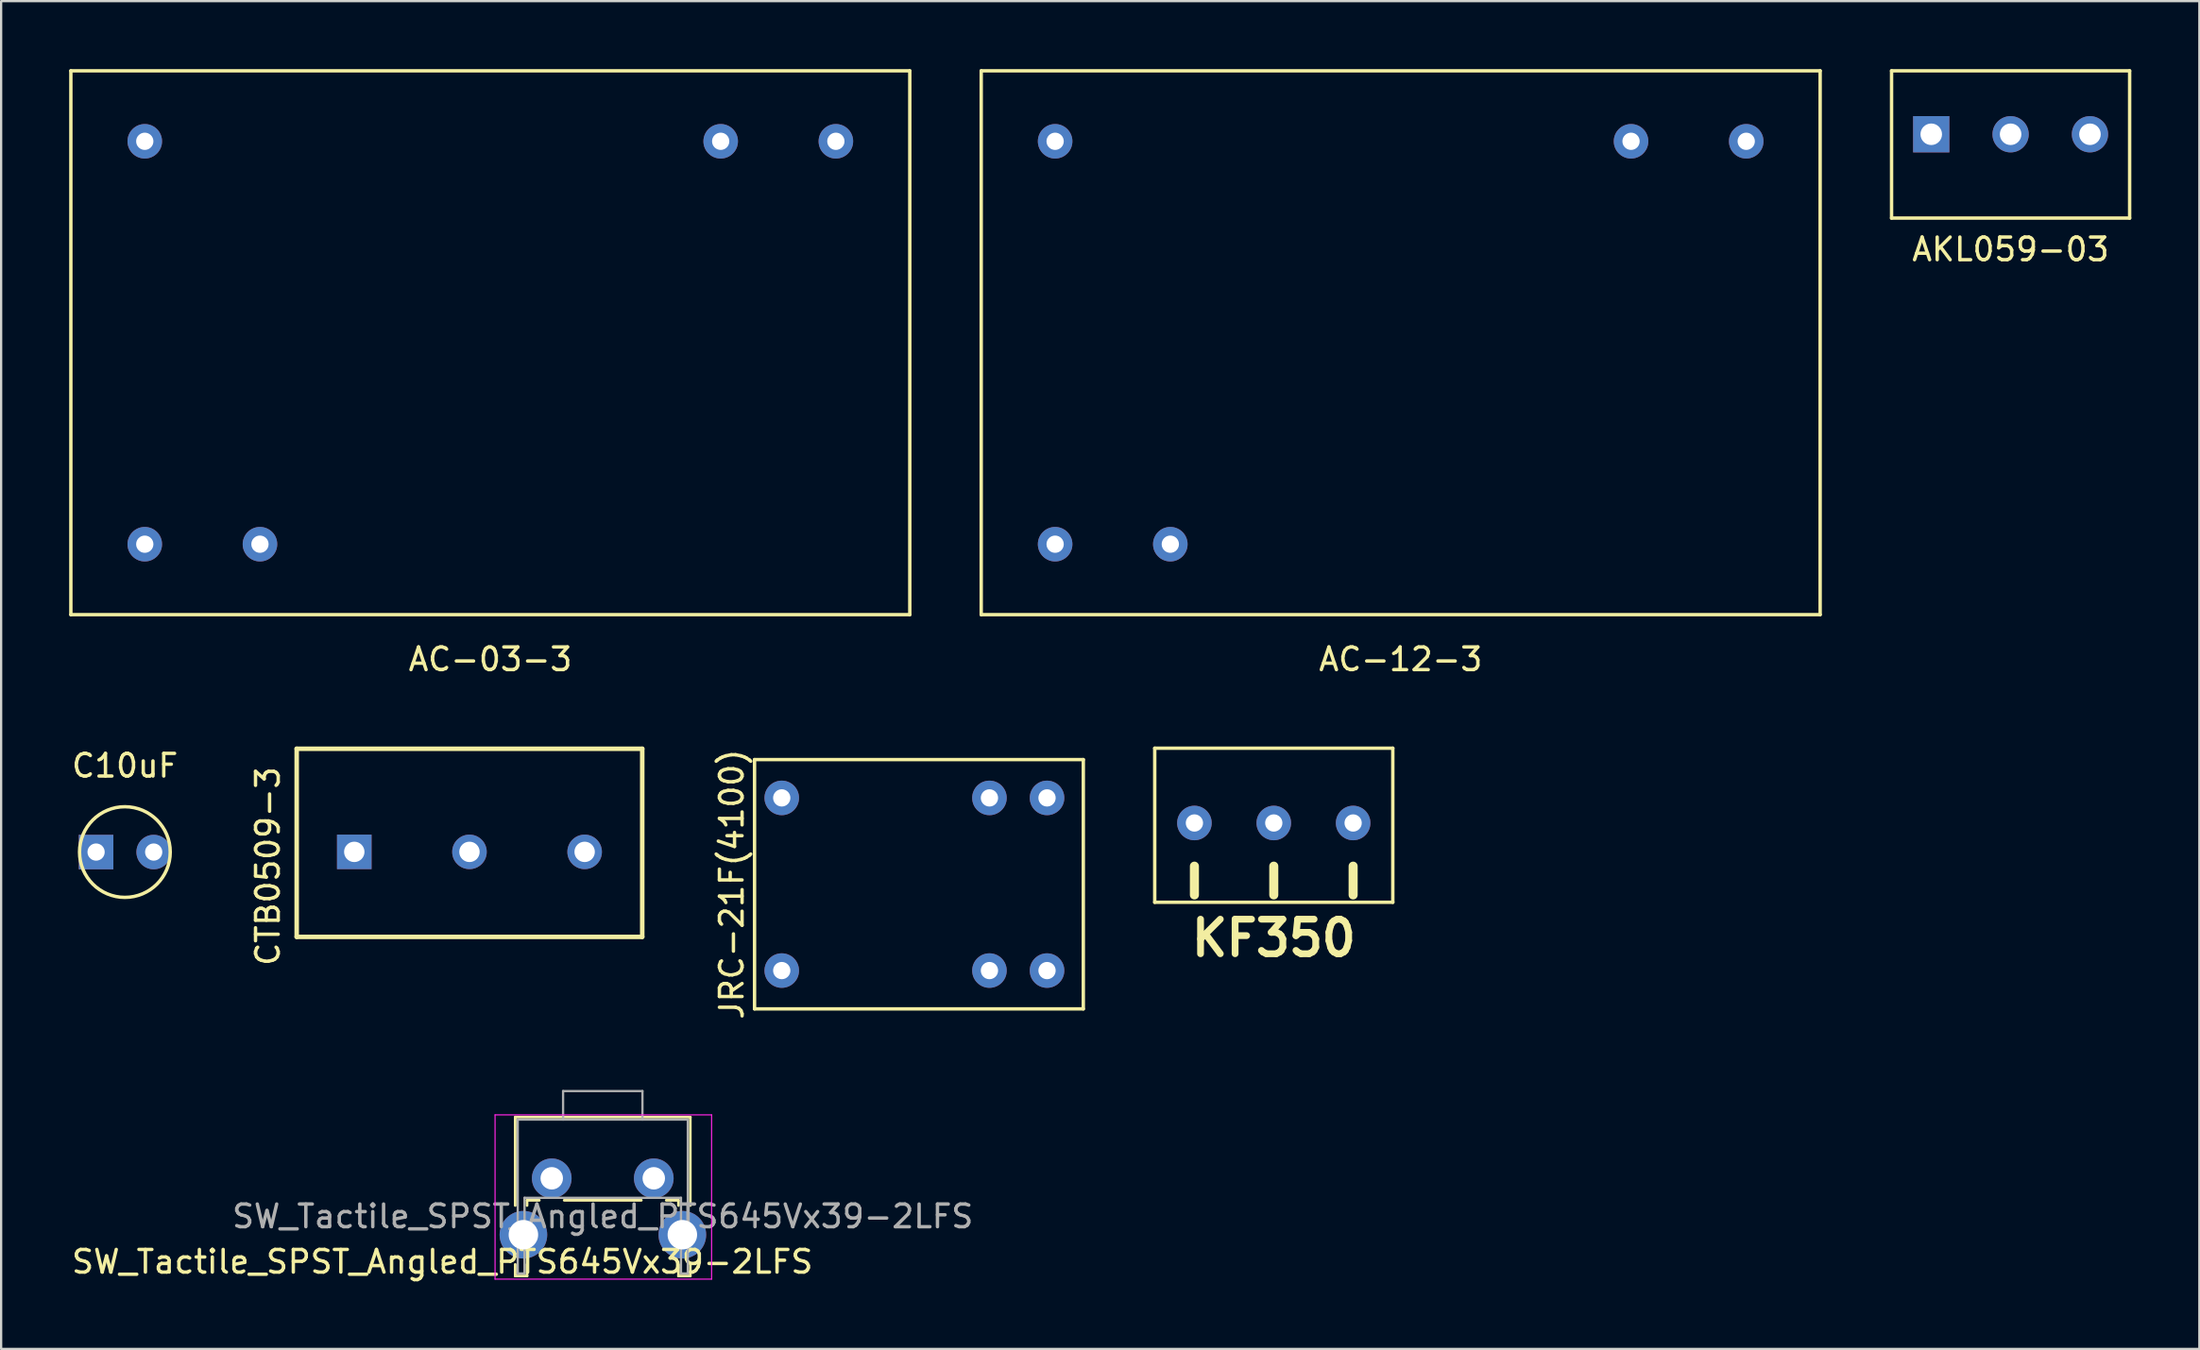
<source format=kicad_pcb>
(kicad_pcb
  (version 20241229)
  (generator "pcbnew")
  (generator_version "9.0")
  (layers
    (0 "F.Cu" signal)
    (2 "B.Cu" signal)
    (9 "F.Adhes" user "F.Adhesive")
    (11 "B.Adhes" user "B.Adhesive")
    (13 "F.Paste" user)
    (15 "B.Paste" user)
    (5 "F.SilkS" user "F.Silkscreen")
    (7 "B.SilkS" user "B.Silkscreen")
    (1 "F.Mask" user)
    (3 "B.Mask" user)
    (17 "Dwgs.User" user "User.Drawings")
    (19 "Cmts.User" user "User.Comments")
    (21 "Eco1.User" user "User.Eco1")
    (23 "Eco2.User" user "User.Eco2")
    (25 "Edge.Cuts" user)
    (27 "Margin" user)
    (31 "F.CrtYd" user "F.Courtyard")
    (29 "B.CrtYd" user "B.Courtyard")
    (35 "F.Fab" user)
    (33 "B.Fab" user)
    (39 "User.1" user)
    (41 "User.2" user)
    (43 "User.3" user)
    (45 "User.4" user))
  (footprint "C10uF"
    (layer "F.Cu")
    (at 2.458 34.551)
    (property "Reference" "C10uF" (at 0 -3.81 0) (layer "F.SilkS") (effects (font (size 1 1) (thickness 0.15))))
    (attr through_hole)
    (fp_circle (center 0 0) (end 2 0) (stroke (width 0.15) (type solid)) (fill no) (layer "F.SilkS"))
    (pad "1" thru_hole rect (at -1.27 0) (size 1.524 1.524) (drill 0.76) (layers "*.Cu" "*.Mask"))
    (pad "2" thru_hole circle (at 1.27 0) (size 1.524 1.524) (drill 0.76) (layers "*.Cu" "*.Mask")))
  (footprint "KF350"
    (layer "F.Cu")
    (at 53.128 33.268)
    (property "Reference" "KF350" (at 0 5.08 0) (layer "F.SilkS") (effects (font (size 1.524 1.524) (thickness 0.3))))
    (attr through_hole)
    (fp_line (start -5.25 3.5) (end -5.25 -3.3) (stroke (width 0.15) (type solid)) (layer "F.SilkS"))
    (fp_line (start -3.5 1.905) (end -3.5 3.175) (stroke (width 0.4) (type solid)) (layer "F.SilkS"))
    (fp_line (start 0 1.905) (end 0 3.175) (stroke (width 0.4) (type solid)) (layer "F.SilkS"))
    (fp_line (start 3.5 1.905) (end 3.5 3.175) (stroke (width 0.4) (type solid)) (layer "F.SilkS"))
    (fp_line (start 5.25 -3.3) (end -5.25 -3.3) (stroke (width 0.15) (type solid)) (layer "F.SilkS"))
    (fp_line (start 5.25 3.5) (end -5.25 3.5) (stroke (width 0.15) (type solid)) (layer "F.SilkS"))
    (fp_line (start 5.25 3.5) (end 5.25 -3.3) (stroke (width 0.15) (type solid)) (layer "F.SilkS"))
    (pad "1" thru_hole circle (at -3.5 0) (size 1.524 1.524) (drill 0.762) (layers "*.Cu" "*.Mask"))
    (pad "2" thru_hole circle (at 0 0) (size 1.524 1.524) (drill 0.762) (layers "*.Cu" "*.Mask"))
    (pad "3" thru_hole circle (at 3.5 0) (size 1.524 1.524) (drill 0.762) (layers "*.Cu" "*.Mask")))
  (footprint "AKL059-03"
    (layer "F.Cu")
    (at 85.625 2.875)
    (property "Reference" "AKL059-03" (at 0 5.08 0) (layer "F.SilkS") (effects (font (size 1 1) (thickness 0.15))))
    (attr through_hole)
    (fp_line (start -5.25 -2.8) (end 5.25 -2.8) (stroke (width 0.15) (type solid)) (layer "F.SilkS"))
    (fp_line (start -5.25 3.7) (end -5.25 -2.8) (stroke (width 0.15) (type solid)) (layer "F.SilkS"))
    (fp_line (start 5.25 3.7) (end -5.25 3.7) (stroke (width 0.15) (type solid)) (layer "F.SilkS"))
    (fp_line (start 5.25 3.7) (end 5.25 -2.8) (stroke (width 0.15) (type solid)) (layer "F.SilkS"))
    (pad "1" thru_hole rect (at -3.5 0) (size 1.6 1.6) (drill 0.95) (layers "*.Cu" "*.Mask"))
    (pad "2" thru_hole circle (at 0 0) (size 1.6 1.6) (drill 0.95) (layers "*.Cu" "*.Mask"))
    (pad "3" thru_hole circle (at 3.5 0) (size 1.6 1.6) (drill 0.95) (layers "*.Cu" "*.Mask")))
  (footprint "AC-12-3"
    (layer "F.Cu")
    (at 58.725 12.075)
    (property "Reference" "AC-12-3" (at 0 13.97 0) (layer "F.SilkS") (effects (font (size 1 1) (thickness 0.15))))
    (attr through_hole)
    (fp_line (start -18.5 -12) (end 18.5 -12) (stroke (width 0.15) (type solid)) (layer "F.SilkS"))
    (fp_line (start -18.5 12) (end -18.5 -12) (stroke (width 0.15) (type solid)) (layer "F.SilkS"))
    (fp_line (start -18.5 12) (end 18.5 12) (stroke (width 0.15) (type solid)) (layer "F.SilkS"))
    (fp_line (start 18.5 12) (end 18.5 -12) (stroke (width 0.15) (type solid)) (layer "F.SilkS"))
    (pad "1" thru_hole circle (at 15.24 -8.89) (size 1.524 1.524) (drill 0.762) (layers "*.Cu" "*.Mask"))
    (pad "2" thru_hole circle (at 10.16 -8.89) (size 1.524 1.524) (drill 0.762) (layers "*.Cu" "*.Mask"))
    (pad "3" thru_hole circle (at -15.24 -8.89) (size 1.524 1.524) (drill 0.762) (layers "*.Cu" "*.Mask"))
    (pad "4" thru_hole circle (at -15.24 8.89) (size 1.524 1.524) (drill 0.762) (layers "*.Cu" "*.Mask"))
    (pad "5" thru_hole circle (at -10.16 8.89) (size 1.524 1.524) (drill 0.762) (layers "*.Cu" "*.Mask")))
  (footprint "JRC-21F(4100)"
    (layer "F.Cu")
    (at 37.478 35.971)
    (property "Reference" "JRC-21F(4100)" (at -8.255 0 90) (layer "F.SilkS") (effects (font (size 1 1) (thickness 0.15))))
    (attr through_hole)
    (fp_line (start -7.25 -5.5) (end -7.25 5.5) (stroke (width 0.15) (type solid)) (layer "F.SilkS"))
    (fp_line (start 7.25 -5.5) (end -7.25 -5.5) (stroke (width 0.15) (type solid)) (layer "F.SilkS"))
    (fp_line (start 7.25 -5.5) (end 7.25 5.5) (stroke (width 0.15) (type solid)) (layer "F.SilkS"))
    (fp_line (start 7.25 5.5) (end -7.25 5.5) (stroke (width 0.15) (type solid)) (layer "F.SilkS"))
    (pad "1" thru_hole circle (at -6.05 -3.81) (size 1.524 1.524) (drill 0.762) (layers "*.Cu" "*.Mask"))
    (pad "1" thru_hole circle (at -6.05 3.81) (size 1.524 1.524) (drill 0.762) (layers "*.Cu" "*.Mask"))
    (pad "2" thru_hole circle (at 3.11 3.81) (size 1.524 1.524) (drill 0.762) (layers "*.Cu" "*.Mask"))
    (pad "3" thru_hole circle (at 5.65 3.81) (size 1.524 1.524) (drill 0.762) (layers "*.Cu" "*.Mask"))
    (pad "4" thru_hole circle (at 5.65 -3.81) (size 1.524 1.524) (drill 0.762) (layers "*.Cu" "*.Mask"))
    (pad "5" thru_hole circle (at 3.11 -3.81) (size 1.524 1.524) (drill 0.762) (layers "*.Cu" "*.Mask")))
  (footprint "CTB0509-3"
    (layer "F.Cu")
    (at 17.655 34.543)
    (property "Reference" "CTB0509-3" (at -8.89 0.635 90) (layer "F.SilkS") (effects (font (size 1 1) (thickness 0.15))))
    (attr through_hole)
    (fp_line (start -7.62 -4.55) (end -7.62 3.75) (stroke (width 0.2) (type solid)) (layer "F.SilkS"))
    (fp_line (start 7.62 -4.55) (end -7.62 -4.55) (stroke (width 0.2) (type solid)) (layer "F.SilkS"))
    (fp_line (start 7.62 -4.55) (end 7.62 3.75) (stroke (width 0.2) (type solid)) (layer "F.SilkS"))
    (fp_line (start 7.62 3.75) (end -7.62 3.75) (stroke (width 0.2) (type solid)) (layer "F.SilkS"))
    (pad "1" thru_hole rect (at -5.08 0) (size 1.524 1.524) (drill 0.9) (layers "*.Cu" "*.Mask"))
    (pad "2" thru_hole circle (at 0 0) (size 1.524 1.524) (drill 0.9) (layers "*.Cu" "*.Mask"))
    (pad "3" thru_hole circle (at 5.08 0) (size 1.524 1.524) (drill 0.9) (layers "*.Cu" "*.Mask")))
  (footprint "SW_Tactile_SPST_Angled_PTS645Vx39-2LFS"
    (layer "F.Cu")
    (at 23.824 49.837)
    (property "Reference" "SW_Tactile_SPST_Angled_PTS645Vx39-2LFS" (at -7.366 2.794 0) (layer "F.SilkS") (effects (font (size 1 1) (thickness 0.15))))
    (attr through_hole)
    (fp_line (start -4.15 -3.589) (end -4.15 0.311) (stroke (width 0.12) (type solid)) (layer "F.SilkS"))
    (fp_line (start -4.15 -3.589) (end 3.57 -3.589) (stroke (width 0.12) (type solid)) (layer "F.SilkS"))
    (fp_line (start -4.15 2.911) (end -4.15 3.421) (stroke (width 0.12) (type solid)) (layer "F.SilkS"))
    (fp_line (start -4.15 3.421) (end -3.63 3.421) (stroke (width 0.12) (type solid)) (layer "F.SilkS"))
    (fp_line (start -3.63 0.081) (end -3.63 0.311) (stroke (width 0.12) (type solid)) (layer "F.SilkS"))
    (fp_line (start -3.63 0.081) (end -3.09 0.081) (stroke (width 0.12) (type solid)) (layer "F.SilkS"))
    (fp_line (start -3.63 2.911) (end -3.63 3.421) (stroke (width 0.12) (type solid)) (layer "F.SilkS"))
    (fp_line (start -1.99 0.081) (end 1.41 0.081) (stroke (width 0.12) (type solid)) (layer "F.SilkS"))
    (fp_line (start 2.51 0.081) (end 3.05 0.081) (stroke (width 0.12) (type solid)) (layer "F.SilkS"))
    (fp_line (start 3.05 0.081) (end 3.05 0.311) (stroke (width 0.12) (type solid)) (layer "F.SilkS"))
    (fp_line (start 3.05 2.911) (end 3.05 3.421) (stroke (width 0.12) (type solid)) (layer "F.SilkS"))
    (fp_line (start 3.05 3.421) (end 3.57 3.421) (stroke (width 0.12) (type solid)) (layer "F.SilkS"))
    (fp_line (start 3.57 -3.589) (end 3.57 0.311) (stroke (width 0.12) (type solid)) (layer "F.SilkS"))
    (fp_line (start 3.57 2.911) (end 3.57 3.421) (stroke (width 0.12) (type solid)) (layer "F.SilkS"))
    (fp_line (start -5.04 -3.689) (end 4.51 -3.689) (stroke (width 0.05) (type solid)) (layer "F.CrtYd"))
    (fp_line (start -5.04 3.561) (end -5.04 -3.689) (stroke (width 0.05) (type solid)) (layer "F.CrtYd"))
    (fp_line (start 4.51 -3.689) (end 4.51 3.561) (stroke (width 0.05) (type solid)) (layer "F.CrtYd"))
    (fp_line (start 4.51 3.561) (end -5.04 3.561) (stroke (width 0.05) (type solid)) (layer "F.CrtYd"))
    (fp_line (start -4.04 -3.479) (end 3.46 -3.479) (stroke (width 0.1) (type solid)) (layer "F.Fab"))
    (fp_line (start -4.04 3.311) (end -4.04 -3.479) (stroke (width 0.1) (type solid)) (layer "F.Fab"))
    (fp_line (start -4.04 3.311) (end -3.74 3.311) (stroke (width 0.1) (type solid)) (layer "F.Fab"))
    (fp_line (start -3.74 -0.029) (end 3.16 -0.029) (stroke (width 0.1) (type solid)) (layer "F.Fab"))
    (fp_line (start -3.74 3.311) (end -3.74 -0.029) (stroke (width 0.1) (type solid)) (layer "F.Fab"))
    (fp_line (start -2.04 -4.739) (end -2.04 -3.479) (stroke (width 0.1) (type solid)) (layer "F.Fab"))
    (fp_line (start -2.04 -4.739) (end 1.46 -4.739) (stroke (width 0.1) (type solid)) (layer "F.Fab"))
    (fp_line (start 1.46 -4.739) (end 1.46 -3.479) (stroke (width 0.1) (type solid)) (layer "F.Fab"))
    (fp_line (start 3.16 3.311) (end 3.16 -0.029) (stroke (width 0.1) (type solid)) (layer "F.Fab"))
    (fp_line (start 3.16 3.311) (end 3.46 3.311) (stroke (width 0.1) (type solid)) (layer "F.Fab"))
    (fp_line (start 3.46 3.311) (end 3.46 -3.479) (stroke (width 0.1) (type solid)) (layer "F.Fab"))
    (fp_text user "${REFERENCE}" (at -0.29 0.791 0) (layer "F.Fab") (effects (font (size 1 1) (thickness 0.15))))
    (pad "" thru_hole circle (at -3.79 1.601) (size 2.1 2.1) (drill 1.3) (layers "*.Cu" "*.Mask"))
    (pad "" thru_hole circle (at 3.22 1.601) (size 2.1 2.1) (drill 1.3) (layers "*.Cu" "*.Mask"))
    (pad "1" thru_hole circle (at -2.54 -0.889) (size 1.75 1.75) (drill 0.99) (layers "*.Cu" "*.Mask"))
    (pad "2" thru_hole circle (at 1.96 -0.889) (size 1.75 1.75) (drill 0.99) (layers "*.Cu" "*.Mask")))
  (footprint "AC-03-3"
    (layer "F.Cu")
    (at 18.575 12.075)
    (property "Reference" "AC-03-3" (at 0 13.97 0) (layer "F.SilkS") (effects (font (size 1 1) (thickness 0.15))))
    (attr through_hole)
    (fp_line (start -18.5 -12) (end 18.5 -12) (stroke (width 0.15) (type solid)) (layer "F.SilkS"))
    (fp_line (start -18.5 12) (end -18.5 -12) (stroke (width 0.15) (type solid)) (layer "F.SilkS"))
    (fp_line (start -18.5 12) (end 18.5 12) (stroke (width 0.15) (type solid)) (layer "F.SilkS"))
    (fp_line (start 18.5 12) (end 18.5 -12) (stroke (width 0.15) (type solid)) (layer "F.SilkS"))
    (pad "1" thru_hole circle (at 15.24 -8.89) (size 1.524 1.524) (drill 0.762) (layers "*.Cu" "*.Mask"))
    (pad "2" thru_hole circle (at 10.16 -8.89) (size 1.524 1.524) (drill 0.762) (layers "*.Cu" "*.Mask"))
    (pad "3" thru_hole circle (at -15.24 -8.89) (size 1.524 1.524) (drill 0.762) (layers "*.Cu" "*.Mask"))
    (pad "4" thru_hole circle (at -15.24 8.89) (size 1.524 1.524) (drill 0.762) (layers "*.Cu" "*.Mask"))
    (pad "5" thru_hole circle (at -10.16 8.89) (size 1.524 1.524) (drill 0.762) (layers "*.Cu" "*.Mask")))
  (gr_rect
    (start -3 -3)
    (end 93.95 56.479)
    (stroke (width 0.1) (type default))
    (fill no)
    (layer "Edge.Cuts")))
</source>
